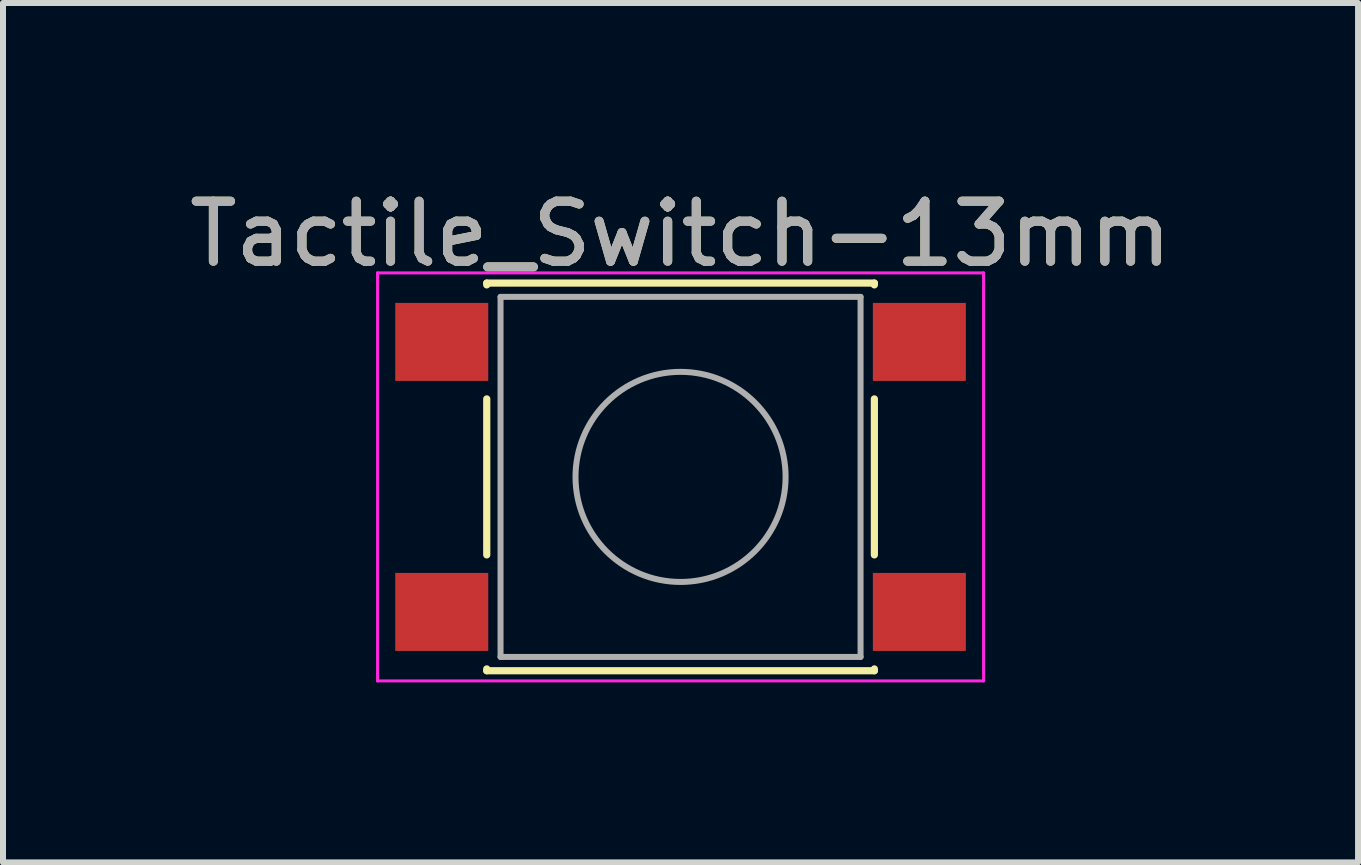
<source format=kicad_pcb>
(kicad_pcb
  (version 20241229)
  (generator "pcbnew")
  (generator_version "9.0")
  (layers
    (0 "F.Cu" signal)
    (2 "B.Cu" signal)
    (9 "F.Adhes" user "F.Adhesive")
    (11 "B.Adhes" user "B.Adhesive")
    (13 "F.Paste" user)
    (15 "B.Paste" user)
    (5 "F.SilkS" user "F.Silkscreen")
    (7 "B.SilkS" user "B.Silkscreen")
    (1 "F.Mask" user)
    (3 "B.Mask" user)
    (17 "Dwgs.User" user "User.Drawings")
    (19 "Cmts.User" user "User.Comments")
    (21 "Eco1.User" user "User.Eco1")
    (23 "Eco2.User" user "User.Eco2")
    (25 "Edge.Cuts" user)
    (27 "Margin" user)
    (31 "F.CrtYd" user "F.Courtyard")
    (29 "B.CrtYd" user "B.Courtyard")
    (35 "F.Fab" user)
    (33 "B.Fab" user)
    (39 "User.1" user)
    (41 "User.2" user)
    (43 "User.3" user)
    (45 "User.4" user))
  (footprint "Tactile_Switch-13mm"
    (layer "F.Cu")
    (at 8.292 4.898)
    (property "Reference" "Tactile_Switch-13mm" (at 0 -4.05 0) (layer "F.SilkS") (effects (font (size 1 1) (thickness 0.15))))
    (attr smd)
    (fp_line (start -3.23 -3.23) (end 3.23 -3.23) (stroke (width 0.12) (type solid)) (layer "F.SilkS"))
    (fp_line (start -3.23 -3.2) (end -3.23 -3.23) (stroke (width 0.12) (type solid)) (layer "F.SilkS"))
    (fp_line (start -3.23 -1.3) (end -3.23 1.3) (stroke (width 0.12) (type solid)) (layer "F.SilkS"))
    (fp_line (start -3.23 3.23) (end -3.23 3.2) (stroke (width 0.12) (type solid)) (layer "F.SilkS"))
    (fp_line (start -3.23 3.23) (end 3.23 3.23) (stroke (width 0.12) (type solid)) (layer "F.SilkS"))
    (fp_line (start 3.23 -3.23) (end 3.23 -3.2) (stroke (width 0.12) (type solid)) (layer "F.SilkS"))
    (fp_line (start 3.23 -1.3) (end 3.23 1.3) (stroke (width 0.12) (type solid)) (layer "F.SilkS"))
    (fp_line (start 3.23 3.23) (end 3.23 3.2) (stroke (width 0.12) (type solid)) (layer "F.SilkS"))
    (fp_line (start -5.05 -3.4) (end -5.05 3.4) (stroke (width 0.05) (type solid)) (layer "F.CrtYd"))
    (fp_line (start -5.05 -3.4) (end 5.05 -3.4) (stroke (width 0.05) (type solid)) (layer "F.CrtYd"))
    (fp_line (start -5.05 3.4) (end 5.05 3.4) (stroke (width 0.05) (type solid)) (layer "F.CrtYd"))
    (fp_line (start 5.05 3.4) (end 5.05 -3.4) (stroke (width 0.05) (type solid)) (layer "F.CrtYd"))
    (fp_line (start -3 -3) (end -3 3) (stroke (width 0.1) (type solid)) (layer "F.Fab"))
    (fp_line (start -3 3) (end 3 3) (stroke (width 0.1) (type solid)) (layer "F.Fab"))
    (fp_line (start 3 -3) (end -3 -3) (stroke (width 0.1) (type solid)) (layer "F.Fab"))
    (fp_line (start 3 3) (end 3 -3) (stroke (width 0.1) (type solid)) (layer "F.Fab"))
    (fp_circle (center 0 0) (end 1.75 -0.05) (stroke (width 0.1) (type solid)) (fill no) (layer "F.Fab"))
    (fp_text user "${REFERENCE}" (at 0 -4.05 0) (layer "F.Fab") (effects (font (size 1 1) (thickness 0.15))))
    (pad "1" smd rect (at -3.98 -2.25) (size 1.55 1.3) (layers "F.Cu" "F.Mask" "F.Paste"))
    (pad "1" smd rect (at 3.98 -2.25) (size 1.55 1.3) (layers "F.Cu" "F.Mask" "F.Paste"))
    (pad "2" smd rect (at -3.98 2.25) (size 1.55 1.3) (layers "F.Cu" "F.Mask" "F.Paste"))
    (pad "2" smd rect (at 3.98 2.25) (size 1.55 1.3) (layers "F.Cu" "F.Mask" "F.Paste")))
  (gr_rect
    (start -3 -3)
    (end 19.583 11.323)
    (stroke (width 0.1) (type default))
    (fill no)
    (layer "Edge.Cuts")))
</source>
